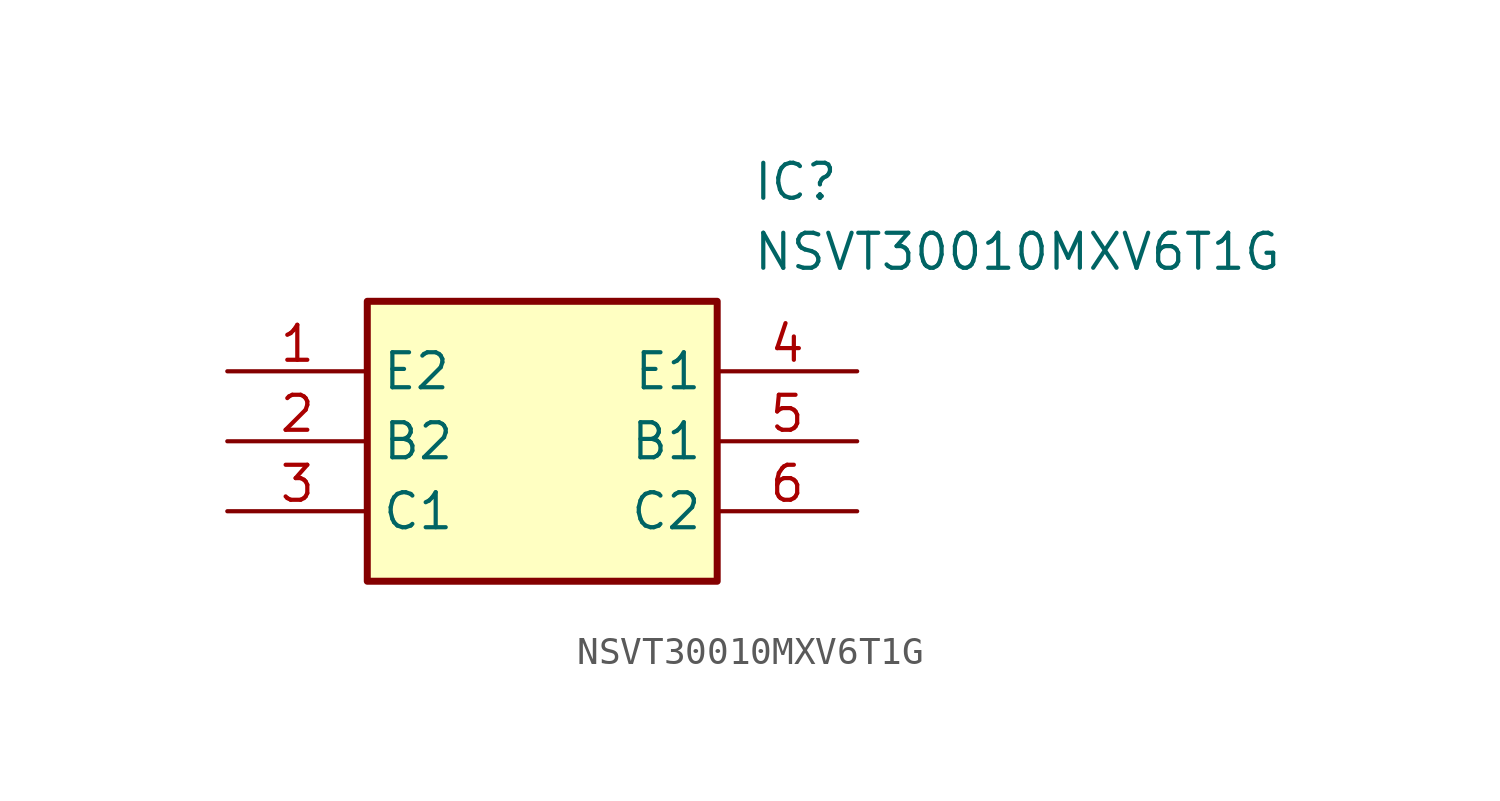
<source format=kicad_sym>
(kicad_symbol_lib
  (version 20211014)
  (generator SamacSys_ECAD_Model)
  (symbol "NSVT30010MXV6T1G"
    (property "Reference" "IC"
      (at 19.05 7.62 0)
      (effects (font (size 1.27 1.27)) (justify left top)))
    (property "Value" "NSVT30010MXV6T1G"
      (at 19.05 5.08 0)
      (effects (font (size 1.27 1.27)) (justify left top)))
    (rectangle
      (start 5.08 2.54)
      (end 17.78 -7.62)
      (stroke (width 0.254) (type default))
      (fill (type background)))
    (pin passive line
      (at 0 0 0)
      (length 5.08)
      (name "E2" (effects (font (size 1.27 1.27))))
      (number "1" (effects (font (size 1.27 1.27)))))
    (pin passive line
      (at 0 -2.54 0)
      (length 5.08)
      (name "B2" (effects (font (size 1.27 1.27))))
      (number "2" (effects (font (size 1.27 1.27)))))
    (pin passive line
      (at 0 -5.08 0)
      (length 5.08)
      (name "C1" (effects (font (size 1.27 1.27))))
      (number "3" (effects (font (size 1.27 1.27)))))
    (pin passive line
      (at 22.86 0 180)
      (length 5.08)
      (name "E1" (effects (font (size 1.27 1.27))))
      (number "4" (effects (font (size 1.27 1.27)))))
    (pin passive line
      (at 22.86 -2.54 180)
      (length 5.08)
      (name "B1" (effects (font (size 1.27 1.27))))
      (number "5" (effects (font (size 1.27 1.27)))))
    (pin passive line
      (at 22.86 -5.08 180)
      (length 5.08)
      (name "C2" (effects (font (size 1.27 1.27))))
      (number "6" (effects (font (size 1.27 1.27)))))))
</source>
